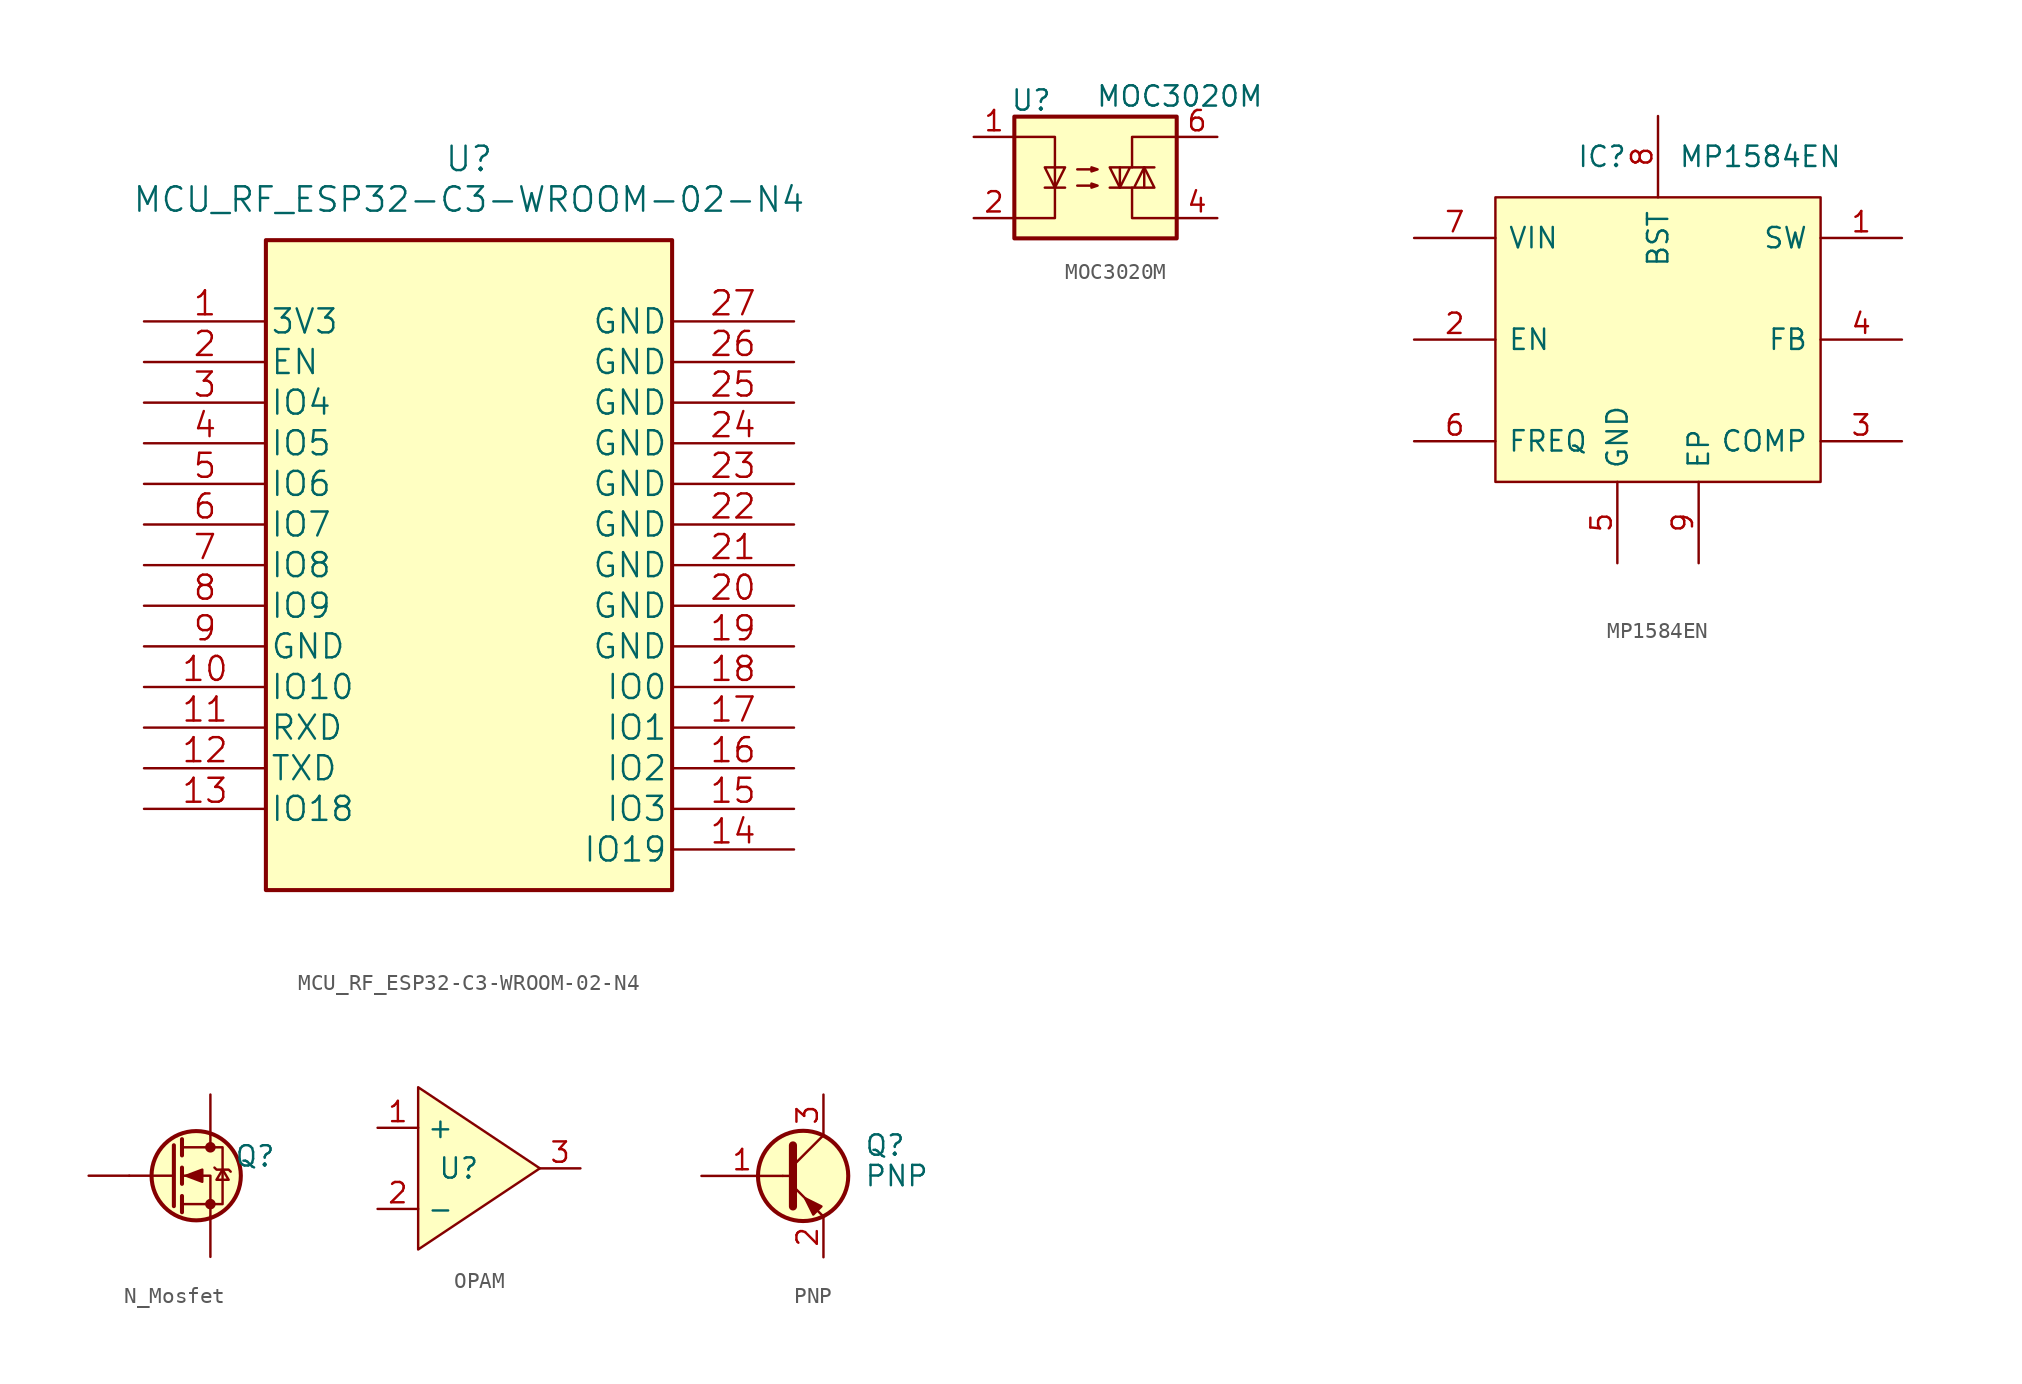
<source format=kicad_sym>
(kicad_symbol_lib
  (version 20220914)
  (generator kicad_symbol_editor)
  (symbol "MCU_RF_ESP32-C3-WROOM-02-N4"
    (pin_names
      (offset 0.254))
    (property "Reference" "U"
      (at 0 22.86 0)
      (effects (font (size 1.524 1.524))))
    (property "Value" "MCU_RF_ESP32-C3-WROOM-02-N4"
      (at 0 20.32 0)
      (effects (font (size 1.524 1.524))))
    (symbol "MCU_RF_ESP32-C3-WROOM-02-N4_0_1"
      (rectangle (start -12.7 17.78) (end 12.7 -22.86) (stroke (width 0.254) (type default)) (fill (type background))))
    (symbol "MCU_RF_ESP32-C3-WROOM-02-N4_1_1"
      (pin power_in line (at -20.32 12.7 0) (length 7.62) (name "3V3" (effects (font (size 1.499 1.499)))) (number "1" (effects (font (size 1.499 1.499)))))
      (pin bidirectional line (at -20.32 -10.16 0) (length 7.62) (name "IO10" (effects (font (size 1.499 1.499)))) (number "10" (effects (font (size 1.499 1.499)))))
      (pin unspecified line (at -20.32 -12.7 0) (length 7.62) (name "RXD" (effects (font (size 1.499 1.499)))) (number "11" (effects (font (size 1.499 1.499)))))
      (pin unspecified line (at -20.32 -15.24 0) (length 7.62) (name "TXD" (effects (font (size 1.499 1.499)))) (number "12" (effects (font (size 1.499 1.499)))))
      (pin bidirectional line (at -20.32 -17.78 0) (length 7.62) (name "IO18" (effects (font (size 1.499 1.499)))) (number "13" (effects (font (size 1.499 1.499)))))
      (pin bidirectional line (at 20.32 -20.32 180) (length 7.62) (name "IO19" (effects (font (size 1.499 1.499)))) (number "14" (effects (font (size 1.499 1.499)))))
      (pin bidirectional line (at 20.32 -17.78 180) (length 7.62) (name "IO3" (effects (font (size 1.499 1.499)))) (number "15" (effects (font (size 1.499 1.499)))))
      (pin bidirectional line (at 20.32 -15.24 180) (length 7.62) (name "IO2" (effects (font (size 1.499 1.499)))) (number "16" (effects (font (size 1.499 1.499)))))
      (pin bidirectional line (at 20.32 -12.7 180) (length 7.62) (name "IO1" (effects (font (size 1.499 1.499)))) (number "17" (effects (font (size 1.499 1.499)))))
      (pin bidirectional line (at 20.32 -10.16 180) (length 7.62) (name "IO0" (effects (font (size 1.499 1.499)))) (number "18" (effects (font (size 1.499 1.499)))))
      (pin power_in line (at 20.32 -7.62 180) (length 7.62) (name "GND" (effects (font (size 1.499 1.499)))) (number "19" (effects (font (size 1.499 1.499)))))
      (pin passive line (at -20.32 10.16 0) (length 7.62) (name "EN" (effects (font (size 1.499 1.499)))) (number "2" (effects (font (size 1.499 1.499)))))
      (pin power_in line (at 20.32 -5.08 180) (length 7.62) (name "GND" (effects (font (size 1.499 1.499)))) (number "20" (effects (font (size 1.499 1.499)))))
      (pin power_in line (at 20.32 -2.54 180) (length 7.62) (name "GND" (effects (font (size 1.499 1.499)))) (number "21" (effects (font (size 1.499 1.499)))))
      (pin power_in line (at 20.32 0 180) (length 7.62) (name "GND" (effects (font (size 1.499 1.499)))) (number "22" (effects (font (size 1.499 1.499)))))
      (pin power_in line (at 20.32 2.54 180) (length 7.62) (name "GND" (effects (font (size 1.499 1.499)))) (number "23" (effects (font (size 1.499 1.499)))))
      (pin power_in line (at 20.32 5.08 180) (length 7.62) (name "GND" (effects (font (size 1.499 1.499)))) (number "24" (effects (font (size 1.499 1.499)))))
      (pin power_in line (at 20.32 7.62 180) (length 7.62) (name "GND" (effects (font (size 1.499 1.499)))) (number "25" (effects (font (size 1.499 1.499)))))
      (pin power_in line (at 20.32 10.16 180) (length 7.62) (name "GND" (effects (font (size 1.499 1.499)))) (number "26" (effects (font (size 1.499 1.499)))))
      (pin power_in line (at 20.32 12.7 180) (length 7.62) (name "GND" (effects (font (size 1.499 1.499)))) (number "27" (effects (font (size 1.499 1.499)))))
      (pin bidirectional line (at -20.32 7.62 0) (length 7.62) (name "IO4" (effects (font (size 1.499 1.499)))) (number "3" (effects (font (size 1.499 1.499)))))
      (pin bidirectional line (at -20.32 5.08 0) (length 7.62) (name "IO5" (effects (font (size 1.499 1.499)))) (number "4" (effects (font (size 1.499 1.499)))))
      (pin bidirectional line (at -20.32 2.54 0) (length 7.62) (name "IO6" (effects (font (size 1.499 1.499)))) (number "5" (effects (font (size 1.499 1.499)))))
      (pin bidirectional line (at -20.32 0 0) (length 7.62) (name "IO7" (effects (font (size 1.499 1.499)))) (number "6" (effects (font (size 1.499 1.499)))))
      (pin bidirectional line (at -20.32 -2.54 0) (length 7.62) (name "IO8" (effects (font (size 1.499 1.499)))) (number "7" (effects (font (size 1.499 1.499)))))
      (pin bidirectional line (at -20.32 -5.08 0) (length 7.62) (name "IO9" (effects (font (size 1.499 1.499)))) (number "8" (effects (font (size 1.499 1.499)))))
      (pin power_in line (at -20.32 -7.62 0) (length 7.62) (name "GND" (effects (font (size 1.499 1.499)))) (number "9" (effects (font (size 1.499 1.499)))))))
  (symbol "MOC3020M"
    (property "Reference" "U"
      (at -5.334 4.826 0)
      (effects (font (size 1.27 1.27)) (justify left)))
    (property "Value" "MOC3020M"
      (at 0 5.08 0)
      (effects (font (size 1.27 1.27)) (justify left)))
    (symbol "MOC3020M_0_1"
      (rectangle (start -5.08 3.81) (end 5.08 -3.81) (stroke (width 0.254) (type default)) (fill (type background)))
      (polyline (pts (xy -3.175 -0.635) (xy -1.905 -0.635)) (stroke (width 0) (type default)) (fill (type none)))
      (polyline (pts (xy 1.524 -0.635) (xy 1.524 0.635)) (stroke (width 0) (type default)) (fill (type none)))
      (polyline (pts (xy 3.048 0.635) (xy 3.048 -0.635)) (stroke (width 0) (type default)) (fill (type none)))
      (polyline (pts (xy 2.286 -0.635) (xy 2.286 -2.54) (xy 5.08 -2.54)) (stroke (width 0) (type default)) (fill (type none)))
      (polyline (pts (xy 2.286 0.635) (xy 2.286 2.54) (xy 5.08 2.54)) (stroke (width 0) (type default)) (fill (type none)))
      (polyline (pts (xy -5.08 2.54) (xy -2.54 2.54) (xy -2.54 -2.54) (xy -5.08 -2.54)) (stroke (width 0) (type default)) (fill (type none)))
      (polyline (pts (xy -2.54 -0.635) (xy -3.175 0.635) (xy -1.905 0.635) (xy -2.54 -0.635)) (stroke (width 0) (type default)) (fill (type none)))
      (polyline (pts (xy 0.889 -0.635) (xy 3.683 -0.635) (xy 3.048 0.635) (xy 2.413 -0.635)) (stroke (width 0) (type default)) (fill (type none)))
      (polyline (pts (xy 3.683 0.635) (xy 0.889 0.635) (xy 1.524 -0.635) (xy 2.159 0.635)) (stroke (width 0) (type default)) (fill (type none)))
      (polyline (pts (xy -1.143 -0.508) (xy 0.127 -0.508) (xy -0.254 -0.635) (xy -0.254 -0.381) (xy 0.127 -0.508)) (stroke (width 0) (type default)) (fill (type none)))
      (polyline (pts (xy -1.143 0.508) (xy 0.127 0.508) (xy -0.254 0.381) (xy -0.254 0.635) (xy 0.127 0.508)) (stroke (width 0) (type default)) (fill (type none))))
    (symbol "MOC3020M_1_1"
      (pin passive line (at -7.62 2.54 0) (length 2.54) (name "~" (effects (font (size 1.27 1.27)))) (number "1" (effects (font (size 1.27 1.27)))))
      (pin passive line (at -7.62 -2.54 0) (length 2.54) (name "~" (effects (font (size 1.27 1.27)))) (number "2" (effects (font (size 1.27 1.27)))))
      (pin no_connect line (at -5.08 0 0) (length 2.54) hide (name "NC" (effects (font (size 1.27 1.27)))) (number "3" (effects (font (size 1.27 1.27)))))
      (pin passive line (at 7.62 -2.54 180) (length 2.54) (name "~" (effects (font (size 1.27 1.27)))) (number "4" (effects (font (size 1.27 1.27)))))
      (pin no_connect line (at 5.08 0 180) (length 2.54) hide (name "NC" (effects (font (size 1.27 1.27)))) (number "5" (effects (font (size 1.27 1.27)))))
      (pin passive line (at 7.62 2.54 180) (length 2.54) (name "~" (effects (font (size 1.27 1.27)))) (number "6" (effects (font (size 1.27 1.27)))))))
  (symbol "MP1584EN"
    (pin_names
      (offset 0.762))
    (property "Reference" "IC"
      (at -5.08 11.43 0)
      (effects (font (size 1.27 1.27)) (justify left)))
    (property "Value" "MP1584EN"
      (at 1.27 11.43 0)
      (effects (font (size 1.27 1.27)) (justify left)))
    (symbol "MP1584EN_0_0"
      (pin passive line (at 15.24 6.35 180) (length 5.08) (name "SW" (effects (font (size 1.27 1.27)))) (number "1" (effects (font (size 1.27 1.27)))))
      (pin passive line (at -15.24 0 0) (length 5.08) (name "EN" (effects (font (size 1.27 1.27)))) (number "2" (effects (font (size 1.27 1.27)))))
      (pin passive line (at 15.24 -6.35 180) (length 5.08) (name "COMP" (effects (font (size 1.27 1.27)))) (number "3" (effects (font (size 1.27 1.27)))))
      (pin passive line (at 15.24 0 180) (length 5.08) (name "FB" (effects (font (size 1.27 1.27)))) (number "4" (effects (font (size 1.27 1.27)))))
      (pin passive line (at -2.54 -13.97 90) (length 5.08) (name "GND" (effects (font (size 1.27 1.27)))) (number "5" (effects (font (size 1.27 1.27)))))
      (pin passive line (at -15.24 -6.35 0) (length 5.08) (name "FREQ" (effects (font (size 1.27 1.27)))) (number "6" (effects (font (size 1.27 1.27)))))
      (pin passive line (at -15.24 6.35 0) (length 5.08) (name "VIN" (effects (font (size 1.27 1.27)))) (number "7" (effects (font (size 1.27 1.27)))))
      (pin passive line (at 0 13.97 270) (length 5.08) (name "BST" (effects (font (size 1.27 1.27)))) (number "8" (effects (font (size 1.27 1.27)))))
      (pin passive line (at 2.54 -13.97 90) (length 5.08) (name "EP" (effects (font (size 1.27 1.27)))) (number "9" (effects (font (size 1.27 1.27))))))
    (symbol "MP1584EN_0_1"
      (polyline (pts (xy -10.16 8.89) (xy 10.16 8.89) (xy 10.16 -8.89) (xy -10.16 -8.89) (xy -10.16 8.89)) (stroke (width 0.152) (type default)) (fill (type background)))))
  (symbol "N_Mosfet"
    (pin_numbers hide)
    (pin_names hide)
    (property "Reference" "Q"
      (at 2.794 1.219 0)
      (effects (font (size 1.27 1.27))))
    (symbol "N_Mosfet_0_1"
      (circle (center -0.889 0) (radius 2.794) (stroke (width 0.254) (type default)) (fill (type background)))
      (circle (center 0 -1.778) (radius 0.254) (stroke (width 0) (type default)) (fill (type outline)))
      (polyline (pts (xy -2.286 0) (xy -5.08 0)) (stroke (width 0) (type default)) (fill (type none)))
      (polyline (pts (xy -2.286 1.905) (xy -2.286 -1.905)) (stroke (width 0.254) (type default)) (fill (type none)))
      (polyline (pts (xy -1.778 -1.27) (xy -1.778 -2.286)) (stroke (width 0.254) (type default)) (fill (type none)))
      (polyline (pts (xy -1.778 0.508) (xy -1.778 -0.508)) (stroke (width 0.254) (type default)) (fill (type none)))
      (polyline (pts (xy -1.778 2.286) (xy -1.778 1.27)) (stroke (width 0.254) (type default)) (fill (type none)))
      (polyline (pts (xy 0 2.54) (xy 0 1.778)) (stroke (width 0) (type default)) (fill (type none)))
      (polyline (pts (xy 0 -2.54) (xy 0 0) (xy -1.778 0)) (stroke (width 0) (type default)) (fill (type none)))
      (polyline (pts (xy -1.778 -1.778) (xy 0.762 -1.778) (xy 0.762 1.778) (xy -1.778 1.778)) (stroke (width 0) (type default)) (fill (type none)))
      (polyline (pts (xy -1.524 0) (xy -0.508 0.381) (xy -0.508 -0.381) (xy -1.524 0)) (stroke (width 0) (type default)) (fill (type outline)))
      (polyline (pts (xy 0.254 0.508) (xy 0.381 0.381) (xy 1.143 0.381) (xy 1.27 0.254)) (stroke (width 0) (type default)) (fill (type none)))
      (polyline (pts (xy 0.762 0.381) (xy 0.381 -0.254) (xy 1.143 -0.254) (xy 0.762 0.381)) (stroke (width 0) (type default)) (fill (type none)))
      (circle (center 0 1.778) (radius 0.254) (stroke (width 0) (type default)) (fill (type outline))))
    (symbol "N_Mosfet_1_1"
      (pin input line (at -7.62 0 0) (length 2.54) (name "G" (effects (font (size 1.27 1.27)))) (number "1" (effects (font (size 1.27 1.27)))))
      (pin passive line (at 0 -5.08 90) (length 2.54) (name "S" (effects (font (size 1.27 1.27)))) (number "2" (effects (font (size 1.27 1.27)))))
      (pin passive line (at 0 5.08 270) (length 2.54) (name "D" (effects (font (size 1.27 1.27)))) (number "3" (effects (font (size 1.27 1.27)))))))
  (symbol "OPAM"
    (property "Reference" "U"
      (at 0 0 0)
      (effects (font (size 1.27 1.27))))
    (property "Value" ""
      (at 0 0 0)
      (effects (font (size 1.27 1.27))))
    (symbol "OPAM_1_1"
      (polyline (pts (xy -2.54 5.08) (xy -2.54 -5.08) (xy 5.08 0) (xy -2.54 5.08)) (stroke (width 0) (type default)) (fill (type background)))
      (pin input line (at -5.08 2.54 0) (length 2.54) (name "+" (effects (font (size 1.27 1.27)))) (number "1" (effects (font (size 1.27 1.27)))))
      (pin input line (at -5.08 -2.54 0) (length 2.54) (name "-" (effects (font (size 1.27 1.27)))) (number "2" (effects (font (size 1.27 1.27)))))
      (pin output line (at 7.62 0 180) (length 2.54) (name "" (effects (font (size 1.27 1.27)))) (number "3" (effects (font (size 1.27 1.27)))))))
  (symbol "PNP"
    (pin_names
      (offset 0) hide)
    (property "Reference" "Q"
      (at 5.08 1.905 0)
      (effects (font (size 1.27 1.27)) (justify left)))
    (property "Value" "PNP"
      (at 5.08 0 0)
      (effects (font (size 1.27 1.27)) (justify left)))
    (symbol "PNP_0_1"
      (polyline (pts (xy 0 0) (xy 0.635 0)) (stroke (width 0) (type default)) (fill (type none)))
      (polyline (pts (xy 2.54 -2.54) (xy 0.635 -0.635)) (stroke (width 0) (type default)) (fill (type none)))
      (polyline (pts (xy 2.54 2.54) (xy 0.635 0.635)) (stroke (width 0) (type default)) (fill (type none)))
      (polyline (pts (xy 0.635 1.905) (xy 0.635 -1.905) (xy 0.635 -1.905)) (stroke (width 0.508) (type default)) (fill (type outline)))
      (polyline (pts (xy 1.905 -2.413) (xy 2.413 -1.905) (xy 1.397 -1.397) (xy 1.905 -2.413) (xy 1.905 -2.413)) (stroke (width 0) (type default)) (fill (type outline)))
      (circle (center 1.27 0) (radius 2.819) (stroke (width 0.254) (type default)) (fill (type background))))
    (symbol "PNP_1_1"
      (pin input line (at -5.08 0 0) (length 5.08) (name "B" (effects (font (size 1.27 1.27)))) (number "1" (effects (font (size 1.27 1.27)))))
      (pin passive line (at 2.54 -5.08 90) (length 2.54) (name "E" (effects (font (size 1.27 1.27)))) (number "2" (effects (font (size 1.27 1.27)))))
      (pin passive line (at 2.54 5.08 270) (length 2.54) (name "C" (effects (font (size 1.27 1.27)))) (number "3" (effects (font (size 1.27 1.27))))))))
</source>
